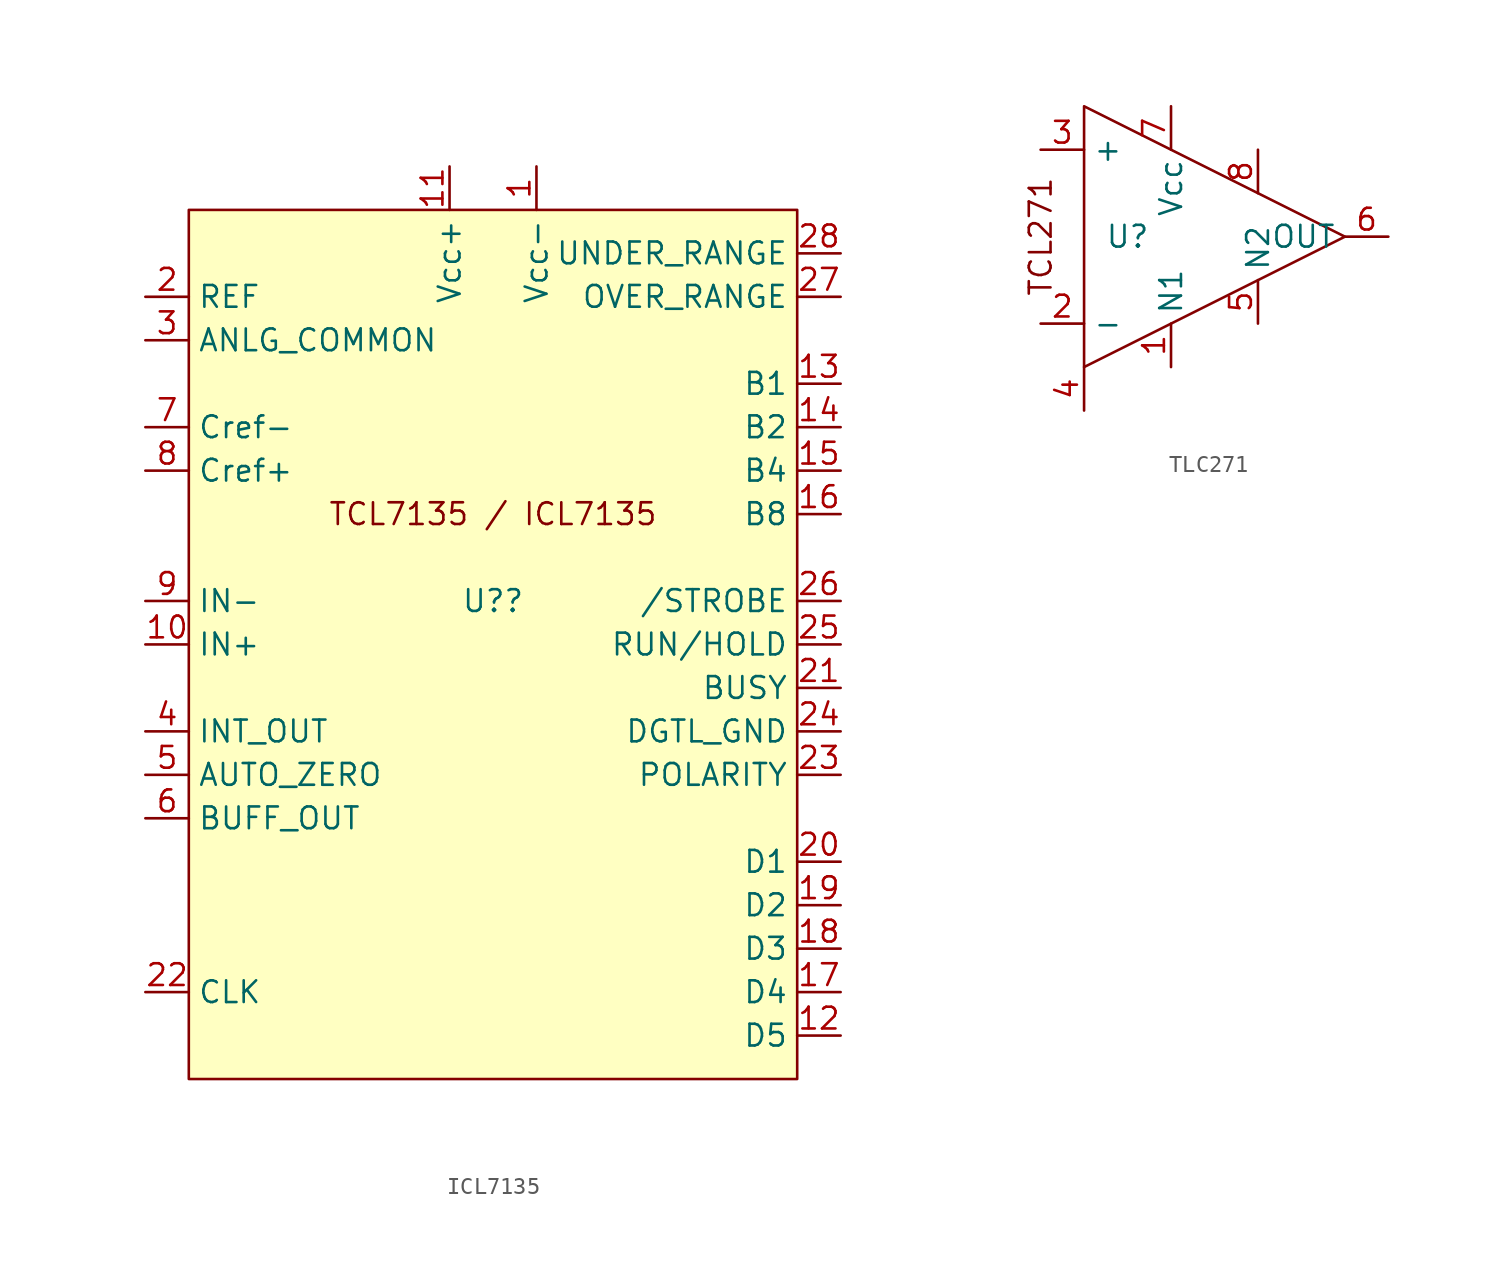
<source format=kicad_sym>
(kicad_symbol_lib
  (version 20241209)
  (generator "kicad_symbol_editor")
  (generator_version "9.0")
  (symbol "ICL7135"
    (property "Reference" "U?"
      (at 0 0 0)
      (effects (font (size 1.27 1.27))))
    (property "Value" ""
      (at 0 0 0)
      (effects (font (size 1.27 1.27))))
    (symbol "ICL7135_1_1"
      (rectangle (start -17.78 22.86) (end 17.78 -27.94) (stroke (width 0) (type solid)) (fill (type color) (color 255 255 194 1)))
      (text "TCL7135 / ICL7135" (at 0 5.08 0) (effects (font (size 1.27 1.27))))
      (pin input line (at -20.32 17.78 0) (length 2.54) (name "REF" (effects (font (size 1.27 1.27)))) (number "2" (effects (font (size 1.27 1.27)))))
      (pin input line (at -20.32 15.24 0) (length 2.54) (name "ANLG_COMMON" (effects (font (size 1.27 1.27)))) (number "3" (effects (font (size 1.27 1.27)))))
      (pin input line (at -20.32 10.16 0) (length 2.54) (name "Cref-" (effects (font (size 1.27 1.27)))) (number "7" (effects (font (size 1.27 1.27)))))
      (pin input line (at -20.32 7.62 0) (length 2.54) (name "Cref+" (effects (font (size 1.27 1.27)))) (number "8" (effects (font (size 1.27 1.27)))))
      (pin input line (at -20.32 0 0) (length 2.54) (name "IN-" (effects (font (size 1.27 1.27)))) (number "9" (effects (font (size 1.27 1.27)))))
      (pin input line (at -20.32 -2.54 0) (length 2.54) (name "IN+" (effects (font (size 1.27 1.27)))) (number "10" (effects (font (size 1.27 1.27)))))
      (pin input line (at -20.32 -7.62 0) (length 2.54) (name "INT_OUT" (effects (font (size 1.27 1.27)))) (number "4" (effects (font (size 1.27 1.27)))))
      (pin input line (at -20.32 -10.16 0) (length 2.54) (name "AUTO_ZERO" (effects (font (size 1.27 1.27)))) (number "5" (effects (font (size 1.27 1.27)))))
      (pin input line (at -20.32 -12.7 0) (length 2.54) (name "BUFF_OUT" (effects (font (size 1.27 1.27)))) (number "6" (effects (font (size 1.27 1.27)))))
      (pin input line (at -20.32 -22.86 0) (length 2.54) (name "CLK" (effects (font (size 1.27 1.27)))) (number "22" (effects (font (size 1.27 1.27)))))
      (pin power_in line (at -2.54 25.4 270) (length 2.54) (name "Vcc+" (effects (font (size 1.27 1.27)))) (number "11" (effects (font (size 1.27 1.27)))))
      (pin power_in line (at 2.54 25.4 270) (length 2.54) (name "Vcc-" (effects (font (size 1.27 1.27)))) (number "1" (effects (font (size 1.27 1.27)))))
      (pin output line (at 20.32 20.32 180) (length 2.54) (name "UNDER_RANGE" (effects (font (size 1.27 1.27)))) (number "28" (effects (font (size 1.27 1.27)))))
      (pin output line (at 20.32 17.78 180) (length 2.54) (name "OVER_RANGE" (effects (font (size 1.27 1.27)))) (number "27" (effects (font (size 1.27 1.27)))))
      (pin output line (at 20.32 12.7 180) (length 2.54) (name "B1" (effects (font (size 1.27 1.27)))) (number "13" (effects (font (size 1.27 1.27)))))
      (pin output line (at 20.32 10.16 180) (length 2.54) (name "B2" (effects (font (size 1.27 1.27)))) (number "14" (effects (font (size 1.27 1.27)))))
      (pin output line (at 20.32 7.62 180) (length 2.54) (name "B4" (effects (font (size 1.27 1.27)))) (number "15" (effects (font (size 1.27 1.27)))))
      (pin output line (at 20.32 5.08 180) (length 2.54) (name "B8" (effects (font (size 1.27 1.27)))) (number "16" (effects (font (size 1.27 1.27)))))
      (pin input line (at 20.32 0 180) (length 2.54) (name "/STROBE" (effects (font (size 1.27 1.27)))) (number "26" (effects (font (size 1.27 1.27)))))
      (pin input line (at 20.32 -2.54 180) (length 2.54) (name "RUN/HOLD" (effects (font (size 1.27 1.27)))) (number "25" (effects (font (size 1.27 1.27)))))
      (pin output line (at 20.32 -5.08 180) (length 2.54) (name "BUSY" (effects (font (size 1.27 1.27)))) (number "21" (effects (font (size 1.27 1.27)))))
      (pin input line (at 20.32 -7.62 180) (length 2.54) (name "DGTL_GND" (effects (font (size 1.27 1.27)))) (number "24" (effects (font (size 1.27 1.27)))))
      (pin output line (at 20.32 -10.16 180) (length 2.54) (name "POLARITY" (effects (font (size 1.27 1.27)))) (number "23" (effects (font (size 1.27 1.27)))))
      (pin output line (at 20.32 -15.24 180) (length 2.54) (name "D1" (effects (font (size 1.27 1.27)))) (number "20" (effects (font (size 1.27 1.27)))))
      (pin output line (at 20.32 -17.78 180) (length 2.54) (name "D2" (effects (font (size 1.27 1.27)))) (number "19" (effects (font (size 1.27 1.27)))))
      (pin output line (at 20.32 -20.32 180) (length 2.54) (name "D3" (effects (font (size 1.27 1.27)))) (number "18" (effects (font (size 1.27 1.27)))))
      (pin output line (at 20.32 -22.86 180) (length 2.54) (name "D4" (effects (font (size 1.27 1.27)))) (number "17" (effects (font (size 1.27 1.27)))))
      (pin output line (at 20.32 -25.4 180) (length 2.54) (name "D5" (effects (font (size 1.27 1.27)))) (number "12" (effects (font (size 1.27 1.27)))))))
  (symbol "TLC271"
    (property "Reference" "U"
      (at -2.54 0 0)
      (effects (font (size 1.27 1.27))))
    (property "Value" ""
      (at 0 0 0)
      (effects (font (size 1.27 1.27))))
    (symbol "TLC271_0_1"
      (polyline (pts (xy -5.08 0) (xy -5.08 7.62) (xy 10.16 0) (xy -5.08 -7.62) (xy -5.08 0)) (stroke (width 0) (type default)) (fill (type none))))
    (symbol "TLC271_1_1"
      (text "TCL271" (at -7.62 0 900) (effects (font (size 1.27 1.27))))
      (pin output line (at -7.62 5.08 0) (length 2.54) (name "+" (effects (font (size 1.27 1.27)))) (number "3" (effects (font (size 1.27 1.27)))))
      (pin output line (at -7.62 -5.08 0) (length 2.54) (name "-" (effects (font (size 1.27 1.27)))) (number "2" (effects (font (size 1.27 1.27)))))
      (pin output line (at -5.08 -10.16 90) (length 2.54) (name "" (effects (font (size 1.27 1.27)))) (number "4" (effects (font (size 1.27 1.27)))))
      (pin output line (at 0 7.62 270) (length 2.54) (name "Vcc" (effects (font (size 1.27 1.27)))) (number "7" (effects (font (size 1.27 1.27)))))
      (pin output line (at 0 -7.62 90) (length 2.54) (name "N1" (effects (font (size 1.27 1.27)))) (number "1" (effects (font (size 1.27 1.27)))))
      (pin output line (at 5.08 5.08 270) (length 2.54) (name "" (effects (font (size 1.27 1.27)))) (number "8" (effects (font (size 1.27 1.27)))))
      (pin output line (at 5.08 -5.08 90) (length 2.54) (name "N2" (effects (font (size 1.27 1.27)))) (number "5" (effects (font (size 1.27 1.27)))))
      (pin output line (at 12.7 0 180) (length 2.54) (name "OUT" (effects (font (size 1.27 1.27)))) (number "6" (effects (font (size 1.27 1.27))))))))
</source>
